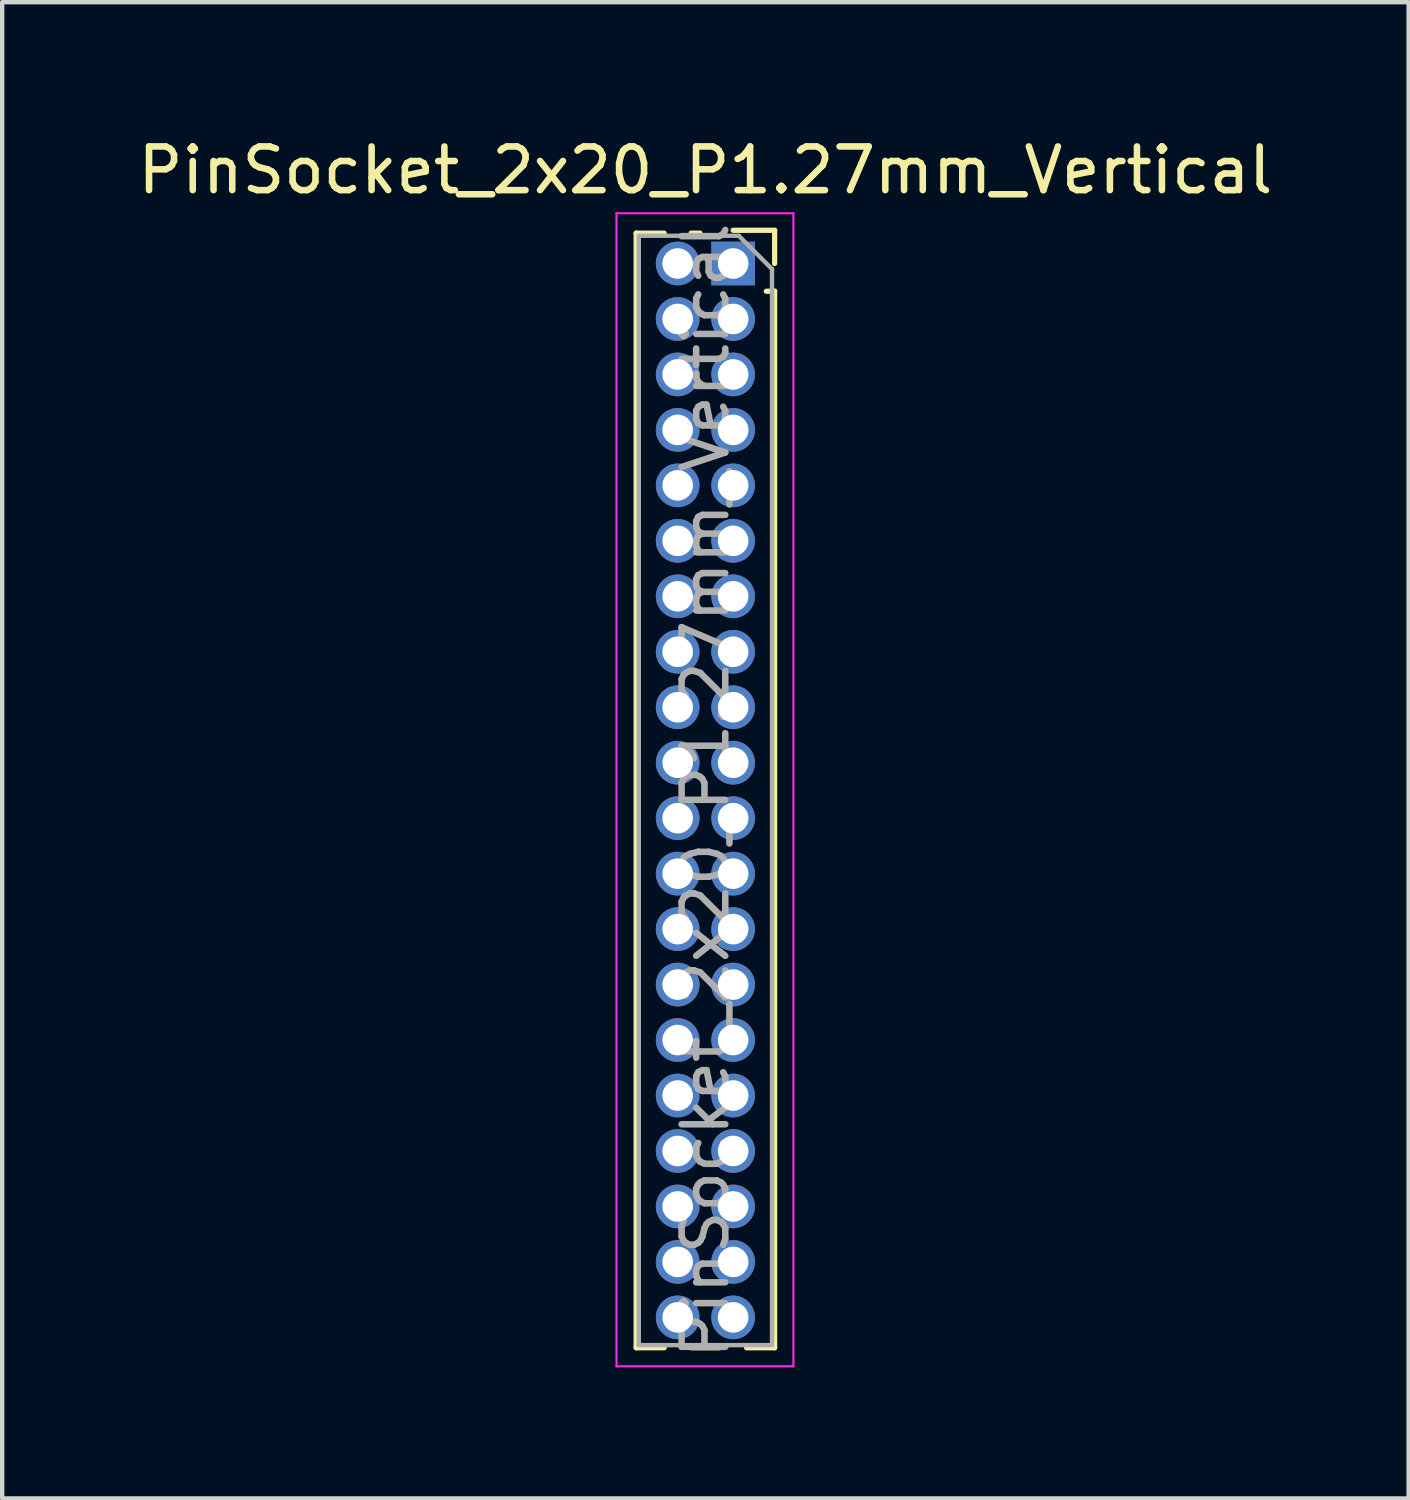
<source format=kicad_pcb>
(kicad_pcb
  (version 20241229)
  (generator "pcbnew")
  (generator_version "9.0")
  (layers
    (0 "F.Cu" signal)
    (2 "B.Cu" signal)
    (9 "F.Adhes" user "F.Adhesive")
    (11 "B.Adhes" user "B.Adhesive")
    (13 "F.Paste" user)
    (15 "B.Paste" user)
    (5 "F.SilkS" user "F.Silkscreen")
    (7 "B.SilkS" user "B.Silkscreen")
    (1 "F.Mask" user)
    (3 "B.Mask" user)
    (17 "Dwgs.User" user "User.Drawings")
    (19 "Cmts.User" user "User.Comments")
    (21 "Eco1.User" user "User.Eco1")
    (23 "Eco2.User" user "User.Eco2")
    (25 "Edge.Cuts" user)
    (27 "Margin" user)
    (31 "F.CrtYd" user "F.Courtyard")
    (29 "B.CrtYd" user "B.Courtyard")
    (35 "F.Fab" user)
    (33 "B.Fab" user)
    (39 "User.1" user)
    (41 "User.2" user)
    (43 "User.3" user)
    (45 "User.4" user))
  (footprint "PinSocket_2x20_P1.27mm_Vertical"
    (layer "F.Cu")
    (at 13.736 2.983)
    (property "Reference" "PinSocket_2x20_P1.27mm_Vertical" (at -0.635 -2.135 0) (layer "F.SilkS") (effects (font (size 1 1) (thickness 0.15))))
    (attr through_hole)
    (fp_line (start -2.22 -0.695) (end -2.22 24.825) (stroke (width 0.12) (type solid)) (layer "F.SilkS"))
    (fp_line (start -2.22 -0.695) (end -1.578 -0.695) (stroke (width 0.12) (type solid)) (layer "F.SilkS"))
    (fp_line (start -2.22 24.825) (end -1.578 24.825) (stroke (width 0.12) (type solid)) (layer "F.SilkS"))
    (fp_line (start -0.962 -0.695) (end -0.76 -0.695) (stroke (width 0.12) (type solid)) (layer "F.SilkS"))
    (fp_line (start -0.962 24.825) (end -0.308 24.825) (stroke (width 0.12) (type solid)) (layer "F.SilkS"))
    (fp_line (start 0 -0.76) (end 0.95 -0.76) (stroke (width 0.12) (type solid)) (layer "F.SilkS"))
    (fp_line (start 0.308 24.825) (end 0.95 24.825) (stroke (width 0.12) (type solid)) (layer "F.SilkS"))
    (fp_line (start 0.76 0.635) (end 0.95 0.635) (stroke (width 0.12) (type solid)) (layer "F.SilkS"))
    (fp_line (start 0.95 -0.76) (end 0.95 0) (stroke (width 0.12) (type solid)) (layer "F.SilkS"))
    (fp_line (start 0.95 0.635) (end 0.95 24.825) (stroke (width 0.12) (type solid)) (layer "F.SilkS"))
    (fp_line (start -2.67 -1.15) (end 1.38 -1.15) (stroke (width 0.05) (type solid)) (layer "F.CrtYd"))
    (fp_line (start -2.67 25.25) (end -2.67 -1.15) (stroke (width 0.05) (type solid)) (layer "F.CrtYd"))
    (fp_line (start 1.38 -1.15) (end 1.38 25.25) (stroke (width 0.05) (type solid)) (layer "F.CrtYd"))
    (fp_line (start 1.38 25.25) (end -2.67 25.25) (stroke (width 0.05) (type solid)) (layer "F.CrtYd"))
    (fp_line (start -2.16 -0.635) (end 0.128 -0.635) (stroke (width 0.1) (type solid)) (layer "F.Fab"))
    (fp_line (start -2.16 24.765) (end -2.16 -0.635) (stroke (width 0.1) (type solid)) (layer "F.Fab"))
    (fp_line (start 0.128 -0.635) (end 0.89 0.128) (stroke (width 0.1) (type solid)) (layer "F.Fab"))
    (fp_line (start 0.89 0.128) (end 0.89 24.765) (stroke (width 0.1) (type solid)) (layer "F.Fab"))
    (fp_line (start 0.89 24.765) (end -2.16 24.765) (stroke (width 0.1) (type solid)) (layer "F.Fab"))
    (fp_text user "${REFERENCE}" (at -0.635 12.065 90) (layer "F.Fab") (effects (font (size 1 1) (thickness 0.15))))
    (pad "1" thru_hole rect (at 0 0) (size 1 1) (drill 0.7) (layers "*.Cu" "*.Mask"))
    (pad "2" thru_hole oval (at -1.27 0) (size 1 1) (drill 0.7) (layers "*.Cu" "*.Mask"))
    (pad "3" thru_hole oval (at 0 1.27) (size 1 1) (drill 0.7) (layers "*.Cu" "*.Mask"))
    (pad "4" thru_hole oval (at -1.27 1.27) (size 1 1) (drill 0.7) (layers "*.Cu" "*.Mask"))
    (pad "5" thru_hole oval (at 0 2.54) (size 1 1) (drill 0.7) (layers "*.Cu" "*.Mask"))
    (pad "6" thru_hole oval (at -1.27 2.54) (size 1 1) (drill 0.7) (layers "*.Cu" "*.Mask"))
    (pad "7" thru_hole oval (at 0 3.81) (size 1 1) (drill 0.7) (layers "*.Cu" "*.Mask"))
    (pad "8" thru_hole oval (at -1.27 3.81) (size 1 1) (drill 0.7) (layers "*.Cu" "*.Mask"))
    (pad "9" thru_hole oval (at 0 5.08) (size 1 1) (drill 0.7) (layers "*.Cu" "*.Mask"))
    (pad "10" thru_hole oval (at -1.27 5.08) (size 1 1) (drill 0.7) (layers "*.Cu" "*.Mask"))
    (pad "11" thru_hole oval (at 0 6.35) (size 1 1) (drill 0.7) (layers "*.Cu" "*.Mask"))
    (pad "12" thru_hole oval (at -1.27 6.35) (size 1 1) (drill 0.7) (layers "*.Cu" "*.Mask"))
    (pad "13" thru_hole oval (at 0 7.62) (size 1 1) (drill 0.7) (layers "*.Cu" "*.Mask"))
    (pad "14" thru_hole oval (at -1.27 7.62) (size 1 1) (drill 0.7) (layers "*.Cu" "*.Mask"))
    (pad "15" thru_hole oval (at 0 8.89) (size 1 1) (drill 0.7) (layers "*.Cu" "*.Mask"))
    (pad "16" thru_hole oval (at -1.27 8.89) (size 1 1) (drill 0.7) (layers "*.Cu" "*.Mask"))
    (pad "17" thru_hole oval (at 0 10.16) (size 1 1) (drill 0.7) (layers "*.Cu" "*.Mask"))
    (pad "18" thru_hole oval (at -1.27 10.16) (size 1 1) (drill 0.7) (layers "*.Cu" "*.Mask"))
    (pad "19" thru_hole oval (at 0 11.43) (size 1 1) (drill 0.7) (layers "*.Cu" "*.Mask"))
    (pad "20" thru_hole oval (at -1.27 11.43) (size 1 1) (drill 0.7) (layers "*.Cu" "*.Mask"))
    (pad "21" thru_hole oval (at 0 12.7) (size 1 1) (drill 0.7) (layers "*.Cu" "*.Mask"))
    (pad "22" thru_hole oval (at -1.27 12.7) (size 1 1) (drill 0.7) (layers "*.Cu" "*.Mask"))
    (pad "23" thru_hole oval (at 0 13.97) (size 1 1) (drill 0.7) (layers "*.Cu" "*.Mask"))
    (pad "24" thru_hole oval (at -1.27 13.97) (size 1 1) (drill 0.7) (layers "*.Cu" "*.Mask"))
    (pad "25" thru_hole oval (at 0 15.24) (size 1 1) (drill 0.7) (layers "*.Cu" "*.Mask"))
    (pad "26" thru_hole oval (at -1.27 15.24) (size 1 1) (drill 0.7) (layers "*.Cu" "*.Mask"))
    (pad "27" thru_hole oval (at 0 16.51) (size 1 1) (drill 0.7) (layers "*.Cu" "*.Mask"))
    (pad "28" thru_hole oval (at -1.27 16.51) (size 1 1) (drill 0.7) (layers "*.Cu" "*.Mask"))
    (pad "29" thru_hole oval (at 0 17.78) (size 1 1) (drill 0.7) (layers "*.Cu" "*.Mask"))
    (pad "30" thru_hole oval (at -1.27 17.78) (size 1 1) (drill 0.7) (layers "*.Cu" "*.Mask"))
    (pad "31" thru_hole oval (at 0 19.05) (size 1 1) (drill 0.7) (layers "*.Cu" "*.Mask"))
    (pad "32" thru_hole oval (at -1.27 19.05) (size 1 1) (drill 0.7) (layers "*.Cu" "*.Mask"))
    (pad "33" thru_hole oval (at 0 20.32) (size 1 1) (drill 0.7) (layers "*.Cu" "*.Mask"))
    (pad "34" thru_hole oval (at -1.27 20.32) (size 1 1) (drill 0.7) (layers "*.Cu" "*.Mask"))
    (pad "35" thru_hole oval (at 0 21.59) (size 1 1) (drill 0.7) (layers "*.Cu" "*.Mask"))
    (pad "36" thru_hole oval (at -1.27 21.59) (size 1 1) (drill 0.7) (layers "*.Cu" "*.Mask"))
    (pad "37" thru_hole oval (at 0 22.86) (size 1 1) (drill 0.7) (layers "*.Cu" "*.Mask"))
    (pad "38" thru_hole oval (at -1.27 22.86) (size 1 1) (drill 0.7) (layers "*.Cu" "*.Mask"))
    (pad "39" thru_hole oval (at 0 24.13) (size 1 1) (drill 0.7) (layers "*.Cu" "*.Mask"))
    (pad "40" thru_hole oval (at -1.27 24.13) (size 1 1) (drill 0.7) (layers "*.Cu" "*.Mask")))
  (gr_rect
    (start -3 -3)
    (end 29.202 31.258)
    (stroke (width 0.1) (type default))
    (fill no)
    (layer "Edge.Cuts")))
</source>
